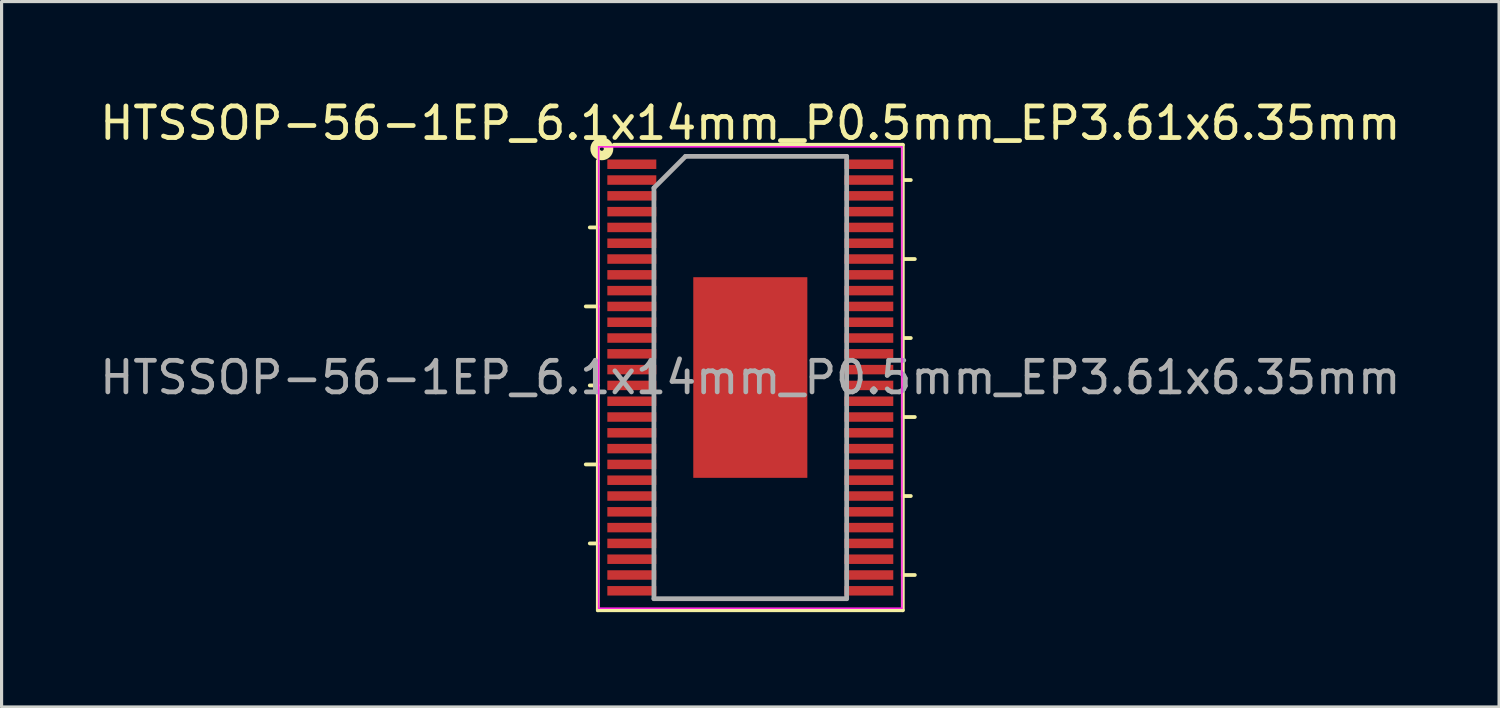
<source format=kicad_pcb>
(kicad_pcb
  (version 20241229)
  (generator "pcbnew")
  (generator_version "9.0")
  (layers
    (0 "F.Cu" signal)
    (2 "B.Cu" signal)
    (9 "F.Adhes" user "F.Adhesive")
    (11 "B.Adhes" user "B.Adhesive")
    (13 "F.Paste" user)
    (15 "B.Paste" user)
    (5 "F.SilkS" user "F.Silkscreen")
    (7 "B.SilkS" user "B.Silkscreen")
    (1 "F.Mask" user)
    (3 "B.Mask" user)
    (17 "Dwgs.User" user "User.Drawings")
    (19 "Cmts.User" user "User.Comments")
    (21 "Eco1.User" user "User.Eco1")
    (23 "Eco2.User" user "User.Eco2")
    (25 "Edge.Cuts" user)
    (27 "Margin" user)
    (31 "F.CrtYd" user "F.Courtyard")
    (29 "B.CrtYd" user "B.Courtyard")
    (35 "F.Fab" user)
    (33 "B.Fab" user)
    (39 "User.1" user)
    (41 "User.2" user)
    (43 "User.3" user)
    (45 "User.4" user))
  (footprint "HTSSOP-56-1EP_6.1x14mm_P0.5mm_EP3.61x6.35mm"
    (layer "F.Cu")
    (at 20.696 8.898)
    (property "Reference" "HTSSOP-56-1EP_6.1x14mm_P0.5mm_EP3.61x6.35mm" (at 0 -8.05 0) (layer "F.SilkS") (effects (font (size 1 1) (thickness 0.15))))
    (attr smd)
    (fp_line (start -5.207 -2.25) (end -4.826 -2.25) (stroke (width 0.12) (type solid)) (layer "F.SilkS"))
    (fp_line (start -5.207 2.75) (end -4.826 2.75) (stroke (width 0.12) (type solid)) (layer "F.SilkS"))
    (fp_line (start -5.08 -4.75) (end -4.826 -4.75) (stroke (width 0.12) (type solid)) (layer "F.SilkS"))
    (fp_line (start -5.08 0.25) (end -4.826 0.25) (stroke (width 0.12) (type solid)) (layer "F.SilkS"))
    (fp_line (start -5.08 5.25) (end -4.826 5.25) (stroke (width 0.12) (type solid)) (layer "F.SilkS"))
    (fp_line (start -4.826 7.366) (end -4.826 -6.858) (stroke (width 0.12) (type solid)) (layer "F.SilkS"))
    (fp_line (start -4.318 -7.366) (end 4.826 -7.366) (stroke (width 0.12) (type solid)) (layer "F.SilkS"))
    (fp_line (start 4.826 -7.366) (end 4.826 7.366) (stroke (width 0.12) (type solid)) (layer "F.SilkS"))
    (fp_line (start 4.826 -6.25) (end 5.08 -6.25) (stroke (width 0.12) (type solid)) (layer "F.SilkS"))
    (fp_line (start 4.826 -3.75) (end 5.207 -3.75) (stroke (width 0.12) (type solid)) (layer "F.SilkS"))
    (fp_line (start 4.826 -1.25) (end 5.08 -1.25) (stroke (width 0.12) (type solid)) (layer "F.SilkS"))
    (fp_line (start 4.826 1.25) (end 5.207 1.25) (stroke (width 0.12) (type solid)) (layer "F.SilkS"))
    (fp_line (start 4.826 3.75) (end 5.08 3.75) (stroke (width 0.12) (type solid)) (layer "F.SilkS"))
    (fp_line (start 4.826 6.25) (end 5.207 6.25) (stroke (width 0.12) (type solid)) (layer "F.SilkS"))
    (fp_line (start 4.826 7.366) (end -4.826 7.366) (stroke (width 0.12) (type solid)) (layer "F.SilkS"))
    (fp_circle (center -4.699 -7.239) (end -4.636 -7.239) (stroke (width 0.3) (type solid)) (fill no) (layer "F.SilkS"))
    (fp_line (start -4.8 -7.3) (end -4.8 7.3) (stroke (width 0.05) (type solid)) (layer "F.CrtYd"))
    (fp_line (start -4.8 -7.3) (end 4.8 -7.3) (stroke (width 0.05) (type solid)) (layer "F.CrtYd"))
    (fp_line (start -4.8 7.3) (end 4.8 7.3) (stroke (width 0.05) (type solid)) (layer "F.CrtYd"))
    (fp_line (start 4.8 -7.3) (end 4.8 7.3) (stroke (width 0.05) (type solid)) (layer "F.CrtYd"))
    (fp_line (start -3.05 -6) (end -2.05 -7) (stroke (width 0.15) (type solid)) (layer "F.Fab"))
    (fp_line (start -3.05 7) (end -3.05 -6) (stroke (width 0.15) (type solid)) (layer "F.Fab"))
    (fp_line (start -2.05 -7) (end 3.05 -7) (stroke (width 0.15) (type solid)) (layer "F.Fab"))
    (fp_line (start 3.05 -7) (end 3.05 7) (stroke (width 0.15) (type solid)) (layer "F.Fab"))
    (fp_line (start 3.05 7) (end -3.05 7) (stroke (width 0.15) (type solid)) (layer "F.Fab"))
    (fp_text user "${REFERENCE}" (at 0 0 0) (layer "F.Fab") (effects (font (size 1 1) (thickness 0.15))))
    (pad "" smd rect (at -1.203 -2.54) (size 0.96 1.03) (layers "F.Paste"))
    (pad "" smd rect (at -1.203 -1.27) (size 0.96 1.03) (layers "F.Paste"))
    (pad "" smd rect (at -1.203 0) (size 0.96 1.03) (layers "F.Paste"))
    (pad "" smd rect (at -1.203 1.27) (size 0.96 1.03) (layers "F.Paste"))
    (pad "" smd rect (at -1.203 2.54) (size 0.96 1.03) (layers "F.Paste"))
    (pad "" smd rect (at 0 -2.54) (size 0.96 1.03) (layers "F.Paste"))
    (pad "" smd rect (at 0 -1.27) (size 0.96 1.03) (layers "F.Paste"))
    (pad "" smd rect (at 0 0) (size 0.96 1.03) (layers "F.Paste"))
    (pad "" smd rect (at 0 1.27) (size 0.96 1.03) (layers "F.Paste"))
    (pad "" smd rect (at 0 2.54) (size 0.96 1.03) (layers "F.Paste"))
    (pad "" smd rect (at 1.203 -2.54) (size 0.96 1.03) (layers "F.Paste"))
    (pad "" smd rect (at 1.203 -1.27) (size 0.96 1.03) (layers "F.Paste"))
    (pad "" smd rect (at 1.203 0) (size 0.96 1.03) (layers "F.Paste"))
    (pad "" smd rect (at 1.203 1.27) (size 0.96 1.03) (layers "F.Paste"))
    (pad "" smd rect (at 1.203 2.54) (size 0.96 1.03) (layers "F.Paste"))
    (pad "1" smd rect (at -3.75 -6.75) (size 1.55 0.3) (layers "F.Cu" "F.Mask" "F.Paste"))
    (pad "2" smd rect (at -3.75 -6.25) (size 1.55 0.3) (layers "F.Cu" "F.Mask" "F.Paste"))
    (pad "3" smd rect (at -3.75 -5.75) (size 1.55 0.3) (layers "F.Cu" "F.Mask" "F.Paste"))
    (pad "4" smd rect (at -3.75 -5.25) (size 1.55 0.3) (layers "F.Cu" "F.Mask" "F.Paste"))
    (pad "5" smd rect (at -3.75 -4.75) (size 1.55 0.3) (layers "F.Cu" "F.Mask" "F.Paste"))
    (pad "6" smd rect (at -3.75 -4.25) (size 1.55 0.3) (layers "F.Cu" "F.Mask" "F.Paste"))
    (pad "7" smd rect (at -3.75 -3.75) (size 1.55 0.3) (layers "F.Cu" "F.Mask" "F.Paste"))
    (pad "8" smd rect (at -3.75 -3.25) (size 1.55 0.3) (layers "F.Cu" "F.Mask" "F.Paste"))
    (pad "9" smd rect (at -3.75 -2.75) (size 1.55 0.3) (layers "F.Cu" "F.Mask" "F.Paste"))
    (pad "10" smd rect (at -3.75 -2.25) (size 1.55 0.3) (layers "F.Cu" "F.Mask" "F.Paste"))
    (pad "11" smd rect (at -3.75 -1.75) (size 1.55 0.3) (layers "F.Cu" "F.Mask" "F.Paste"))
    (pad "12" smd rect (at -3.75 -1.25) (size 1.55 0.3) (layers "F.Cu" "F.Mask" "F.Paste"))
    (pad "13" smd rect (at -3.75 -0.75) (size 1.55 0.3) (layers "F.Cu" "F.Mask" "F.Paste"))
    (pad "14" smd rect (at -3.75 -0.25) (size 1.55 0.3) (layers "F.Cu" "F.Mask" "F.Paste"))
    (pad "15" smd rect (at -3.75 0.25) (size 1.55 0.3) (layers "F.Cu" "F.Mask" "F.Paste"))
    (pad "16" smd rect (at -3.75 0.75) (size 1.55 0.3) (layers "F.Cu" "F.Mask" "F.Paste"))
    (pad "17" smd rect (at -3.75 1.25) (size 1.55 0.3) (layers "F.Cu" "F.Mask" "F.Paste"))
    (pad "18" smd rect (at -3.75 1.75) (size 1.55 0.3) (layers "F.Cu" "F.Mask" "F.Paste"))
    (pad "19" smd rect (at -3.75 2.25) (size 1.55 0.3) (layers "F.Cu" "F.Mask" "F.Paste"))
    (pad "20" smd rect (at -3.75 2.75) (size 1.55 0.3) (layers "F.Cu" "F.Mask" "F.Paste"))
    (pad "21" smd rect (at -3.75 3.25) (size 1.55 0.3) (layers "F.Cu" "F.Mask" "F.Paste"))
    (pad "22" smd rect (at -3.75 3.75) (size 1.55 0.3) (layers "F.Cu" "F.Mask" "F.Paste"))
    (pad "23" smd rect (at -3.75 4.25) (size 1.55 0.3) (layers "F.Cu" "F.Mask" "F.Paste"))
    (pad "24" smd rect (at -3.75 4.75) (size 1.55 0.3) (layers "F.Cu" "F.Mask" "F.Paste"))
    (pad "25" smd rect (at -3.75 5.25) (size 1.55 0.3) (layers "F.Cu" "F.Mask" "F.Paste"))
    (pad "26" smd rect (at -3.75 5.75) (size 1.55 0.3) (layers "F.Cu" "F.Mask" "F.Paste"))
    (pad "27" smd rect (at -3.75 6.25) (size 1.55 0.3) (layers "F.Cu" "F.Mask" "F.Paste"))
    (pad "28" smd rect (at -3.75 6.75) (size 1.55 0.3) (layers "F.Cu" "F.Mask" "F.Paste"))
    (pad "29" smd rect (at 3.75 6.75) (size 1.55 0.3) (layers "F.Cu" "F.Mask" "F.Paste"))
    (pad "30" smd rect (at 3.75 6.25) (size 1.55 0.3) (layers "F.Cu" "F.Mask" "F.Paste"))
    (pad "31" smd rect (at 3.75 5.75) (size 1.55 0.3) (layers "F.Cu" "F.Mask" "F.Paste"))
    (pad "32" smd rect (at 3.75 5.25) (size 1.55 0.3) (layers "F.Cu" "F.Mask" "F.Paste"))
    (pad "33" smd rect (at 3.75 4.75) (size 1.55 0.3) (layers "F.Cu" "F.Mask" "F.Paste"))
    (pad "34" smd rect (at 3.75 4.25) (size 1.55 0.3) (layers "F.Cu" "F.Mask" "F.Paste"))
    (pad "35" smd rect (at 3.75 3.75) (size 1.55 0.3) (layers "F.Cu" "F.Mask" "F.Paste"))
    (pad "36" smd rect (at 3.75 3.25) (size 1.55 0.3) (layers "F.Cu" "F.Mask" "F.Paste"))
    (pad "37" smd rect (at 3.75 2.75) (size 1.55 0.3) (layers "F.Cu" "F.Mask" "F.Paste"))
    (pad "38" smd rect (at 3.75 2.25) (size 1.55 0.3) (layers "F.Cu" "F.Mask" "F.Paste"))
    (pad "39" smd rect (at 3.75 1.75) (size 1.55 0.3) (layers "F.Cu" "F.Mask" "F.Paste"))
    (pad "40" smd rect (at 3.75 1.25) (size 1.55 0.3) (layers "F.Cu" "F.Mask" "F.Paste"))
    (pad "41" smd rect (at 3.75 0.75) (size 1.55 0.3) (layers "F.Cu" "F.Mask" "F.Paste"))
    (pad "42" smd rect (at 3.75 0.25) (size 1.55 0.3) (layers "F.Cu" "F.Mask" "F.Paste"))
    (pad "43" smd rect (at 3.75 -0.25) (size 1.55 0.3) (layers "F.Cu" "F.Mask" "F.Paste"))
    (pad "44" smd rect (at 3.75 -0.75) (size 1.55 0.3) (layers "F.Cu" "F.Mask" "F.Paste"))
    (pad "45" smd rect (at 3.75 -1.25) (size 1.55 0.3) (layers "F.Cu" "F.Mask" "F.Paste"))
    (pad "46" smd rect (at 3.75 -1.75) (size 1.55 0.3) (layers "F.Cu" "F.Mask" "F.Paste"))
    (pad "47" smd rect (at 3.75 -2.25) (size 1.55 0.3) (layers "F.Cu" "F.Mask" "F.Paste"))
    (pad "48" smd rect (at 3.75 -2.75) (size 1.55 0.3) (layers "F.Cu" "F.Mask" "F.Paste"))
    (pad "49" smd rect (at 3.75 -3.25) (size 1.55 0.3) (layers "F.Cu" "F.Mask" "F.Paste"))
    (pad "50" smd rect (at 3.75 -3.75) (size 1.55 0.3) (layers "F.Cu" "F.Mask" "F.Paste"))
    (pad "51" smd rect (at 3.75 -4.25) (size 1.55 0.3) (layers "F.Cu" "F.Mask" "F.Paste"))
    (pad "52" smd rect (at 3.75 -4.75) (size 1.55 0.3) (layers "F.Cu" "F.Mask" "F.Paste"))
    (pad "53" smd rect (at 3.75 -5.25) (size 1.55 0.3) (layers "F.Cu" "F.Mask" "F.Paste"))
    (pad "54" smd rect (at 3.75 -5.75) (size 1.55 0.3) (layers "F.Cu" "F.Mask" "F.Paste"))
    (pad "55" smd rect (at 3.75 -6.25) (size 1.55 0.3) (layers "F.Cu" "F.Mask" "F.Paste"))
    (pad "56" smd rect (at 3.75 -6.75) (size 1.55 0.3) (layers "F.Cu" "F.Mask" "F.Paste"))
    (pad "57" smd rect (at 0 0) (size 3.61 6.35) (layers "F.Cu" "F.Mask")))
  (gr_rect
    (start -3 -3)
    (end 44.393 19.324)
    (stroke (width 0.1) (type default))
    (fill no)
    (layer "Edge.Cuts")))
</source>
